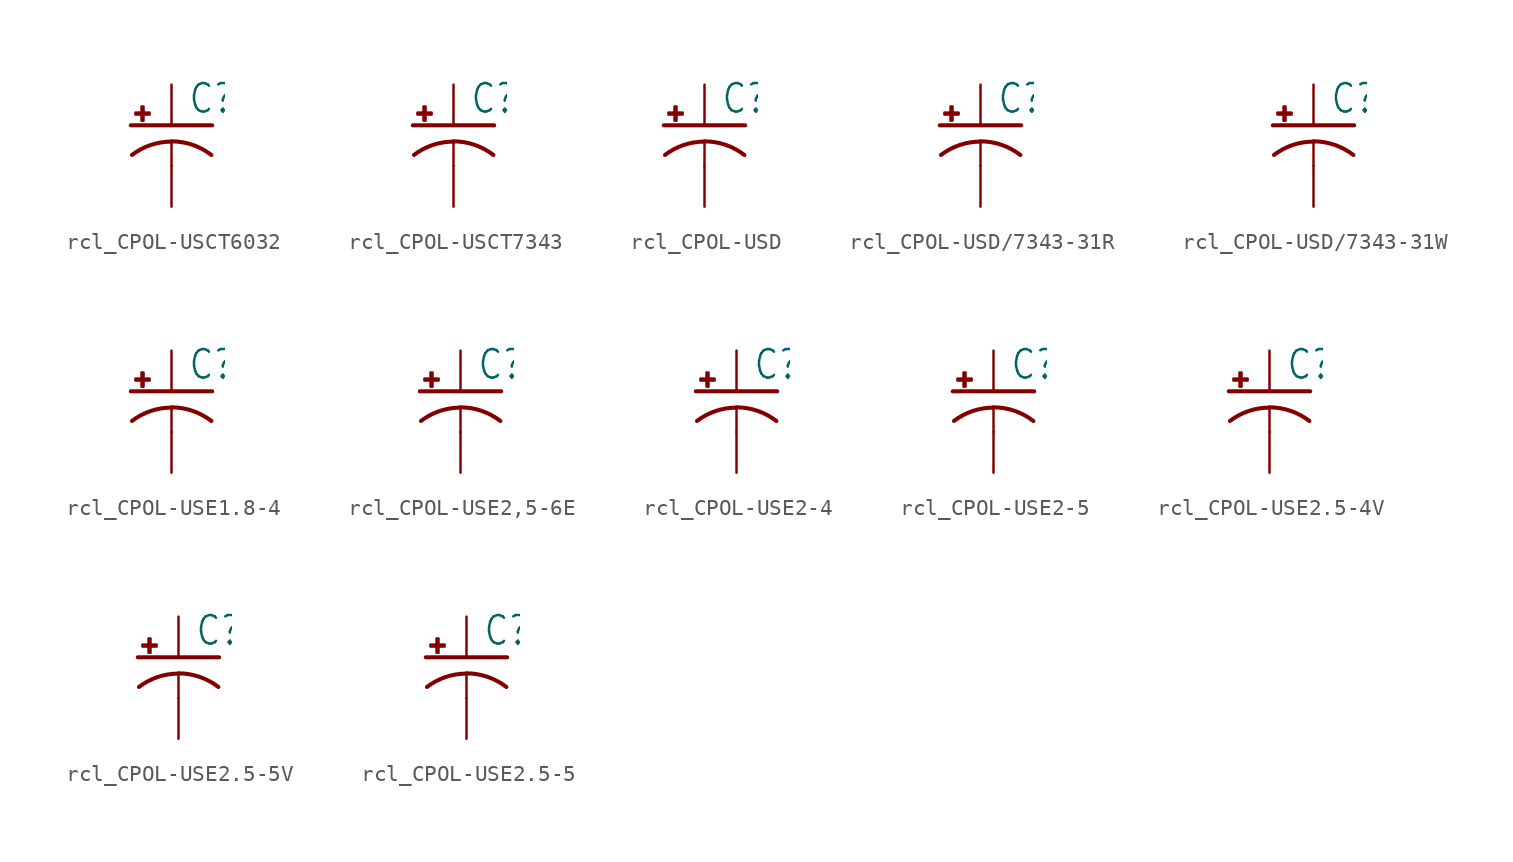
<source format=kicad_sym>
(kicad_symbol_lib
  (version 20220914)
  (generator kicad_symbol_editor)
  (symbol "rcl_CPOL-USCT6032"
    (property "Reference" "C"
      (at 1.016 0.635 0)
      (effects (font (size 1.778 1.511)) (justify left bottom)))
    (property "Value" ""
      (at 1.016 -4.191 0)
      (effects (font (size 1.778 1.511)) (justify left bottom)))
    (property "ki_locked" ""
      (at 0 0 0)
      (effects (font (size 1.27 1.27))))
    (symbol "rcl_CPOL-USCT6032_1_0"
      (rectangle (start -2.253 0.668) (end -1.364 0.795) (stroke (width 0) (type default)) (fill (type outline)))
      (rectangle (start -1.872 0.287) (end -1.745 1.176) (stroke (width 0) (type default)) (fill (type outline)))
      (arc (start 0 -1.0161) (mid -1.3021 -1.2303) (end -2.4669 -1.8504) (stroke (width 0.254) (type solid)) (fill (type none)))
      (polyline (pts (xy -2.54 0) (xy 2.54 0)) (stroke (width 0.254) (type solid)) (fill (type none)))
      (polyline (pts (xy 0 -1.016) (xy 0 -2.54)) (stroke (width 0.152) (type solid)) (fill (type none)))
      (arc (start 2.4892 -1.8541) (mid 1.3158 -1.2194) (end 0 -1) (stroke (width 0.254) (type solid)) (fill (type none)))
      (pin passive line (at 0 2.54 270) (length 2.54) (name "+" (effects (font (size 0 0)))) (number "+" (effects (font (size 0 0)))))
      (pin passive line (at 0 -5.08 90) (length 2.54) (name "-" (effects (font (size 0 0)))) (number "-" (effects (font (size 0 0)))))))
  (symbol "rcl_CPOL-USCT7343"
    (property "Reference" "C"
      (at 1.016 0.635 0)
      (effects (font (size 1.778 1.511)) (justify left bottom)))
    (property "Value" ""
      (at 1.016 -4.191 0)
      (effects (font (size 1.778 1.511)) (justify left bottom)))
    (property "ki_locked" ""
      (at 0 0 0)
      (effects (font (size 1.27 1.27))))
    (symbol "rcl_CPOL-USCT7343_1_0"
      (rectangle (start -2.253 0.668) (end -1.364 0.795) (stroke (width 0) (type default)) (fill (type outline)))
      (rectangle (start -1.872 0.287) (end -1.745 1.176) (stroke (width 0) (type default)) (fill (type outline)))
      (arc (start 0 -1.0161) (mid -1.3021 -1.2303) (end -2.4669 -1.8504) (stroke (width 0.254) (type solid)) (fill (type none)))
      (polyline (pts (xy -2.54 0) (xy 2.54 0)) (stroke (width 0.254) (type solid)) (fill (type none)))
      (polyline (pts (xy 0 -1.016) (xy 0 -2.54)) (stroke (width 0.152) (type solid)) (fill (type none)))
      (arc (start 2.4892 -1.8541) (mid 1.3158 -1.2194) (end 0 -1) (stroke (width 0.254) (type solid)) (fill (type none)))
      (pin passive line (at 0 2.54 270) (length 2.54) (name "+" (effects (font (size 0 0)))) (number "+" (effects (font (size 0 0)))))
      (pin passive line (at 0 -5.08 90) (length 2.54) (name "-" (effects (font (size 0 0)))) (number "-" (effects (font (size 0 0)))))))
  (symbol "rcl_CPOL-USD"
    (property "Reference" "C"
      (at 1.016 0.635 0)
      (effects (font (size 1.778 1.511)) (justify left bottom)))
    (property "Value" ""
      (at 1.016 -4.191 0)
      (effects (font (size 1.778 1.511)) (justify left bottom)))
    (property "ki_locked" ""
      (at 0 0 0)
      (effects (font (size 1.27 1.27))))
    (symbol "rcl_CPOL-USD_1_0"
      (rectangle (start -2.253 0.668) (end -1.364 0.795) (stroke (width 0) (type default)) (fill (type outline)))
      (rectangle (start -1.872 0.287) (end -1.745 1.176) (stroke (width 0) (type default)) (fill (type outline)))
      (arc (start 0 -1.0161) (mid -1.3021 -1.2303) (end -2.4669 -1.8504) (stroke (width 0.254) (type solid)) (fill (type none)))
      (polyline (pts (xy -2.54 0) (xy 2.54 0)) (stroke (width 0.254) (type solid)) (fill (type none)))
      (polyline (pts (xy 0 -1.016) (xy 0 -2.54)) (stroke (width 0.152) (type solid)) (fill (type none)))
      (arc (start 2.4892 -1.8541) (mid 1.3158 -1.2194) (end 0 -1) (stroke (width 0.254) (type solid)) (fill (type none)))
      (pin passive line (at 0 2.54 270) (length 2.54) (name "+" (effects (font (size 0 0)))) (number "+" (effects (font (size 0 0)))))
      (pin passive line (at 0 -5.08 90) (length 2.54) (name "-" (effects (font (size 0 0)))) (number "-" (effects (font (size 0 0)))))))
  (symbol "rcl_CPOL-USD/7343-31R"
    (property "Reference" "C"
      (at 1.016 0.635 0)
      (effects (font (size 1.778 1.511)) (justify left bottom)))
    (property "Value" ""
      (at 1.016 -4.191 0)
      (effects (font (size 1.778 1.511)) (justify left bottom)))
    (property "ki_locked" ""
      (at 0 0 0)
      (effects (font (size 1.27 1.27))))
    (symbol "rcl_CPOL-USD/7343-31R_1_0"
      (rectangle (start -2.253 0.668) (end -1.364 0.795) (stroke (width 0) (type default)) (fill (type outline)))
      (rectangle (start -1.872 0.287) (end -1.745 1.176) (stroke (width 0) (type default)) (fill (type outline)))
      (arc (start 0 -1.0161) (mid -1.3021 -1.2303) (end -2.4669 -1.8504) (stroke (width 0.254) (type solid)) (fill (type none)))
      (polyline (pts (xy -2.54 0) (xy 2.54 0)) (stroke (width 0.254) (type solid)) (fill (type none)))
      (polyline (pts (xy 0 -1.016) (xy 0 -2.54)) (stroke (width 0.152) (type solid)) (fill (type none)))
      (arc (start 2.4892 -1.8541) (mid 1.3158 -1.2194) (end 0 -1) (stroke (width 0.254) (type solid)) (fill (type none)))
      (pin passive line (at 0 2.54 270) (length 2.54) (name "+" (effects (font (size 0 0)))) (number "+" (effects (font (size 0 0)))))
      (pin passive line (at 0 -5.08 90) (length 2.54) (name "-" (effects (font (size 0 0)))) (number "-" (effects (font (size 0 0)))))))
  (symbol "rcl_CPOL-USD/7343-31W"
    (property "Reference" "C"
      (at 1.016 0.635 0)
      (effects (font (size 1.778 1.511)) (justify left bottom)))
    (property "Value" ""
      (at 1.016 -4.191 0)
      (effects (font (size 1.778 1.511)) (justify left bottom)))
    (property "ki_locked" ""
      (at 0 0 0)
      (effects (font (size 1.27 1.27))))
    (symbol "rcl_CPOL-USD/7343-31W_1_0"
      (rectangle (start -2.253 0.668) (end -1.364 0.795) (stroke (width 0) (type default)) (fill (type outline)))
      (rectangle (start -1.872 0.287) (end -1.745 1.176) (stroke (width 0) (type default)) (fill (type outline)))
      (arc (start 0 -1.0161) (mid -1.3021 -1.2303) (end -2.4669 -1.8504) (stroke (width 0.254) (type solid)) (fill (type none)))
      (polyline (pts (xy -2.54 0) (xy 2.54 0)) (stroke (width 0.254) (type solid)) (fill (type none)))
      (polyline (pts (xy 0 -1.016) (xy 0 -2.54)) (stroke (width 0.152) (type solid)) (fill (type none)))
      (arc (start 2.4892 -1.8541) (mid 1.3158 -1.2194) (end 0 -1) (stroke (width 0.254) (type solid)) (fill (type none)))
      (pin passive line (at 0 2.54 270) (length 2.54) (name "+" (effects (font (size 0 0)))) (number "+" (effects (font (size 0 0)))))
      (pin passive line (at 0 -5.08 90) (length 2.54) (name "-" (effects (font (size 0 0)))) (number "-" (effects (font (size 0 0)))))))
  (symbol "rcl_CPOL-USE1.8-4"
    (property "Reference" "C"
      (at 1.016 0.635 0)
      (effects (font (size 1.778 1.511)) (justify left bottom)))
    (property "Value" ""
      (at 1.016 -4.191 0)
      (effects (font (size 1.778 1.511)) (justify left bottom)))
    (property "ki_locked" ""
      (at 0 0 0)
      (effects (font (size 1.27 1.27))))
    (symbol "rcl_CPOL-USE1.8-4_1_0"
      (rectangle (start -2.253 0.668) (end -1.364 0.795) (stroke (width 0) (type default)) (fill (type outline)))
      (rectangle (start -1.872 0.287) (end -1.745 1.176) (stroke (width 0) (type default)) (fill (type outline)))
      (arc (start 0 -1.0161) (mid -1.3021 -1.2303) (end -2.4669 -1.8504) (stroke (width 0.254) (type solid)) (fill (type none)))
      (polyline (pts (xy -2.54 0) (xy 2.54 0)) (stroke (width 0.254) (type solid)) (fill (type none)))
      (polyline (pts (xy 0 -1.016) (xy 0 -2.54)) (stroke (width 0.152) (type solid)) (fill (type none)))
      (arc (start 2.4892 -1.8541) (mid 1.3158 -1.2194) (end 0 -1) (stroke (width 0.254) (type solid)) (fill (type none)))
      (pin passive line (at 0 2.54 270) (length 2.54) (name "+" (effects (font (size 0 0)))) (number "+" (effects (font (size 0 0)))))
      (pin passive line (at 0 -5.08 90) (length 2.54) (name "-" (effects (font (size 0 0)))) (number "-" (effects (font (size 0 0)))))))
  (symbol "rcl_CPOL-USE2,5-6E"
    (property "Reference" "C"
      (at 1.016 0.635 0)
      (effects (font (size 1.778 1.511)) (justify left bottom)))
    (property "Value" ""
      (at 1.016 -4.191 0)
      (effects (font (size 1.778 1.511)) (justify left bottom)))
    (property "ki_locked" ""
      (at 0 0 0)
      (effects (font (size 1.27 1.27))))
    (symbol "rcl_CPOL-USE2,5-6E_1_0"
      (rectangle (start -2.253 0.668) (end -1.364 0.795) (stroke (width 0) (type default)) (fill (type outline)))
      (rectangle (start -1.872 0.287) (end -1.745 1.176) (stroke (width 0) (type default)) (fill (type outline)))
      (arc (start 0 -1.0161) (mid -1.3021 -1.2303) (end -2.4669 -1.8504) (stroke (width 0.254) (type solid)) (fill (type none)))
      (polyline (pts (xy -2.54 0) (xy 2.54 0)) (stroke (width 0.254) (type solid)) (fill (type none)))
      (polyline (pts (xy 0 -1.016) (xy 0 -2.54)) (stroke (width 0.152) (type solid)) (fill (type none)))
      (arc (start 2.4892 -1.8541) (mid 1.3158 -1.2194) (end 0 -1) (stroke (width 0.254) (type solid)) (fill (type none)))
      (pin passive line (at 0 2.54 270) (length 2.54) (name "+" (effects (font (size 0 0)))) (number "+" (effects (font (size 0 0)))))
      (pin passive line (at 0 -5.08 90) (length 2.54) (name "-" (effects (font (size 0 0)))) (number "-" (effects (font (size 0 0)))))))
  (symbol "rcl_CPOL-USE2-4"
    (property "Reference" "C"
      (at 1.016 0.635 0)
      (effects (font (size 1.778 1.511)) (justify left bottom)))
    (property "Value" ""
      (at 1.016 -4.191 0)
      (effects (font (size 1.778 1.511)) (justify left bottom)))
    (property "ki_locked" ""
      (at 0 0 0)
      (effects (font (size 1.27 1.27))))
    (symbol "rcl_CPOL-USE2-4_1_0"
      (rectangle (start -2.253 0.668) (end -1.364 0.795) (stroke (width 0) (type default)) (fill (type outline)))
      (rectangle (start -1.872 0.287) (end -1.745 1.176) (stroke (width 0) (type default)) (fill (type outline)))
      (arc (start 0 -1.0161) (mid -1.3021 -1.2303) (end -2.4669 -1.8504) (stroke (width 0.254) (type solid)) (fill (type none)))
      (polyline (pts (xy -2.54 0) (xy 2.54 0)) (stroke (width 0.254) (type solid)) (fill (type none)))
      (polyline (pts (xy 0 -1.016) (xy 0 -2.54)) (stroke (width 0.152) (type solid)) (fill (type none)))
      (arc (start 2.4892 -1.8541) (mid 1.3158 -1.2194) (end 0 -1) (stroke (width 0.254) (type solid)) (fill (type none)))
      (pin passive line (at 0 2.54 270) (length 2.54) (name "+" (effects (font (size 0 0)))) (number "+" (effects (font (size 0 0)))))
      (pin passive line (at 0 -5.08 90) (length 2.54) (name "-" (effects (font (size 0 0)))) (number "-" (effects (font (size 0 0)))))))
  (symbol "rcl_CPOL-USE2-5"
    (property "Reference" "C"
      (at 1.016 0.635 0)
      (effects (font (size 1.778 1.511)) (justify left bottom)))
    (property "Value" ""
      (at 1.016 -4.191 0)
      (effects (font (size 1.778 1.511)) (justify left bottom)))
    (property "ki_locked" ""
      (at 0 0 0)
      (effects (font (size 1.27 1.27))))
    (symbol "rcl_CPOL-USE2-5_1_0"
      (rectangle (start -2.253 0.668) (end -1.364 0.795) (stroke (width 0) (type default)) (fill (type outline)))
      (rectangle (start -1.872 0.287) (end -1.745 1.176) (stroke (width 0) (type default)) (fill (type outline)))
      (arc (start 0 -1.0161) (mid -1.3021 -1.2303) (end -2.4669 -1.8504) (stroke (width 0.254) (type solid)) (fill (type none)))
      (polyline (pts (xy -2.54 0) (xy 2.54 0)) (stroke (width 0.254) (type solid)) (fill (type none)))
      (polyline (pts (xy 0 -1.016) (xy 0 -2.54)) (stroke (width 0.152) (type solid)) (fill (type none)))
      (arc (start 2.4892 -1.8541) (mid 1.3158 -1.2194) (end 0 -1) (stroke (width 0.254) (type solid)) (fill (type none)))
      (pin passive line (at 0 2.54 270) (length 2.54) (name "+" (effects (font (size 0 0)))) (number "+" (effects (font (size 0 0)))))
      (pin passive line (at 0 -5.08 90) (length 2.54) (name "-" (effects (font (size 0 0)))) (number "-" (effects (font (size 0 0)))))))
  (symbol "rcl_CPOL-USE2.5-4V"
    (property "Reference" "C"
      (at 1.016 0.635 0)
      (effects (font (size 1.778 1.511)) (justify left bottom)))
    (property "Value" ""
      (at 1.016 -4.191 0)
      (effects (font (size 1.778 1.511)) (justify left bottom)))
    (property "ki_locked" ""
      (at 0 0 0)
      (effects (font (size 1.27 1.27))))
    (symbol "rcl_CPOL-USE2.5-4V_1_0"
      (rectangle (start -2.253 0.668) (end -1.364 0.795) (stroke (width 0) (type default)) (fill (type outline)))
      (rectangle (start -1.872 0.287) (end -1.745 1.176) (stroke (width 0) (type default)) (fill (type outline)))
      (arc (start 0 -1.0161) (mid -1.3021 -1.2303) (end -2.4669 -1.8504) (stroke (width 0.254) (type solid)) (fill (type none)))
      (polyline (pts (xy -2.54 0) (xy 2.54 0)) (stroke (width 0.254) (type solid)) (fill (type none)))
      (polyline (pts (xy 0 -1.016) (xy 0 -2.54)) (stroke (width 0.152) (type solid)) (fill (type none)))
      (arc (start 2.4892 -1.8541) (mid 1.3158 -1.2194) (end 0 -1) (stroke (width 0.254) (type solid)) (fill (type none)))
      (pin passive line (at 0 2.54 270) (length 2.54) (name "+" (effects (font (size 0 0)))) (number "+" (effects (font (size 0 0)))))
      (pin passive line (at 0 -5.08 90) (length 2.54) (name "-" (effects (font (size 0 0)))) (number "-" (effects (font (size 0 0)))))))
  (symbol "rcl_CPOL-USE2.5-5V"
    (property "Reference" "C"
      (at 1.016 0.635 0)
      (effects (font (size 1.778 1.511)) (justify left bottom)))
    (property "Value" ""
      (at 1.016 -4.191 0)
      (effects (font (size 1.778 1.511)) (justify left bottom)))
    (property "ki_locked" ""
      (at 0 0 0)
      (effects (font (size 1.27 1.27))))
    (symbol "rcl_CPOL-USE2.5-5V_1_0"
      (rectangle (start -2.253 0.668) (end -1.364 0.795) (stroke (width 0) (type default)) (fill (type outline)))
      (rectangle (start -1.872 0.287) (end -1.745 1.176) (stroke (width 0) (type default)) (fill (type outline)))
      (arc (start 0 -1.0161) (mid -1.3021 -1.2303) (end -2.4669 -1.8504) (stroke (width 0.254) (type solid)) (fill (type none)))
      (polyline (pts (xy -2.54 0) (xy 2.54 0)) (stroke (width 0.254) (type solid)) (fill (type none)))
      (polyline (pts (xy 0 -1.016) (xy 0 -2.54)) (stroke (width 0.152) (type solid)) (fill (type none)))
      (arc (start 2.4892 -1.8541) (mid 1.3158 -1.2194) (end 0 -1) (stroke (width 0.254) (type solid)) (fill (type none)))
      (pin passive line (at 0 2.54 270) (length 2.54) (name "+" (effects (font (size 0 0)))) (number "+" (effects (font (size 0 0)))))
      (pin passive line (at 0 -5.08 90) (length 2.54) (name "-" (effects (font (size 0 0)))) (number "-" (effects (font (size 0 0)))))))
  (symbol "rcl_CPOL-USE2.5-5"
    (property "Reference" "C"
      (at 1.016 0.635 0)
      (effects (font (size 1.778 1.511)) (justify left bottom)))
    (property "Value" ""
      (at 1.016 -4.191 0)
      (effects (font (size 1.778 1.511)) (justify left bottom)))
    (property "ki_locked" ""
      (at 0 0 0)
      (effects (font (size 1.27 1.27))))
    (symbol "rcl_CPOL-USE2.5-5_1_0"
      (rectangle (start -2.253 0.668) (end -1.364 0.795) (stroke (width 0) (type default)) (fill (type outline)))
      (rectangle (start -1.872 0.287) (end -1.745 1.176) (stroke (width 0) (type default)) (fill (type outline)))
      (arc (start 0 -1.0161) (mid -1.3021 -1.2303) (end -2.4669 -1.8504) (stroke (width 0.254) (type solid)) (fill (type none)))
      (polyline (pts (xy -2.54 0) (xy 2.54 0)) (stroke (width 0.254) (type solid)) (fill (type none)))
      (polyline (pts (xy 0 -1.016) (xy 0 -2.54)) (stroke (width 0.152) (type solid)) (fill (type none)))
      (arc (start 2.4892 -1.8541) (mid 1.3158 -1.2194) (end 0 -1) (stroke (width 0.254) (type solid)) (fill (type none)))
      (pin passive line (at 0 2.54 270) (length 2.54) (name "+" (effects (font (size 0 0)))) (number "+" (effects (font (size 0 0)))))
      (pin passive line (at 0 -5.08 90) (length 2.54) (name "-" (effects (font (size 0 0)))) (number "-" (effects (font (size 0 0))))))))
</source>
